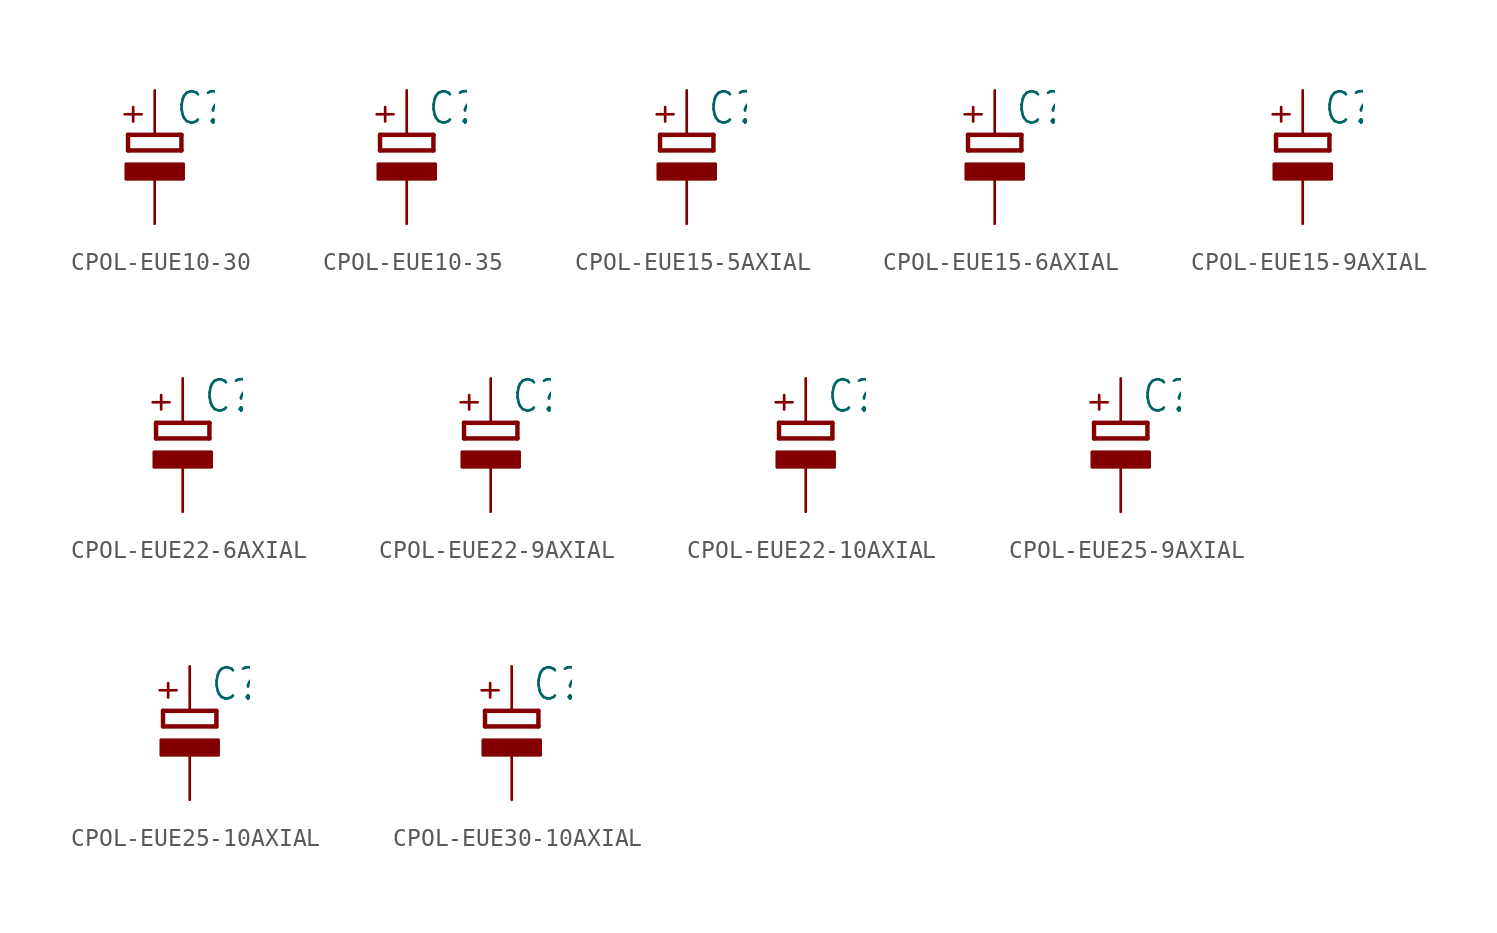
<source format=kicad_sym>
(kicad_symbol_lib
  (version 20231120)
  (generator "kicad_symbol_editor")
  (generator_version "8.0")
  (symbol "CPOL-EUE10-30"
    (property "Reference" "C"
      (at 1.143 0.483 0)
      (effects (font (size 1.778 1.511)) (justify left bottom)))
    (property "Value" ""
      (at 1.143 -4.597 0)
      (effects (font (size 1.778 1.511)) (justify left bottom)))
    (property "ki_locked" ""
      (at 0 0 0)
      (effects (font (size 1.27 1.27))))
    (symbol "CPOL-EUE10-30_1_0"
      (rectangle (start -1.651 -2.54) (end 1.651 -1.651) (stroke (width 0) (type default)) (fill (type outline)))
      (polyline (pts (xy -1.524 -0.889) (xy 1.524 -0.889)) (stroke (width 0.254) (type solid)) (fill (type none)))
      (polyline (pts (xy -1.524 0) (xy -1.524 -0.889)) (stroke (width 0.254) (type solid)) (fill (type none)))
      (polyline (pts (xy -1.524 0) (xy 1.524 0)) (stroke (width 0.254) (type solid)) (fill (type none)))
      (polyline (pts (xy 1.524 -0.889) (xy 1.524 0)) (stroke (width 0.254) (type solid)) (fill (type none)))
      (text "+" (at -0.584 0.406 900) (effects (font (size 1.27 1.079)) (justify left bottom)))
      (pin passive line (at 0 2.54 270) (length 2.54) (name "+" (effects (font (size 0 0)))) (number "+" (effects (font (size 0 0)))))
      (pin passive line (at 0 -5.08 90) (length 2.54) (name "-" (effects (font (size 0 0)))) (number "-" (effects (font (size 0 0)))))))
  (symbol "CPOL-EUE10-35"
    (property "Reference" "C"
      (at 1.143 0.483 0)
      (effects (font (size 1.778 1.511)) (justify left bottom)))
    (property "Value" ""
      (at 1.143 -4.597 0)
      (effects (font (size 1.778 1.511)) (justify left bottom)))
    (property "ki_locked" ""
      (at 0 0 0)
      (effects (font (size 1.27 1.27))))
    (symbol "CPOL-EUE10-35_1_0"
      (rectangle (start -1.651 -2.54) (end 1.651 -1.651) (stroke (width 0) (type default)) (fill (type outline)))
      (polyline (pts (xy -1.524 -0.889) (xy 1.524 -0.889)) (stroke (width 0.254) (type solid)) (fill (type none)))
      (polyline (pts (xy -1.524 0) (xy -1.524 -0.889)) (stroke (width 0.254) (type solid)) (fill (type none)))
      (polyline (pts (xy -1.524 0) (xy 1.524 0)) (stroke (width 0.254) (type solid)) (fill (type none)))
      (polyline (pts (xy 1.524 -0.889) (xy 1.524 0)) (stroke (width 0.254) (type solid)) (fill (type none)))
      (text "+" (at -0.584 0.406 900) (effects (font (size 1.27 1.079)) (justify left bottom)))
      (pin passive line (at 0 2.54 270) (length 2.54) (name "+" (effects (font (size 0 0)))) (number "+" (effects (font (size 0 0)))))
      (pin passive line (at 0 -5.08 90) (length 2.54) (name "-" (effects (font (size 0 0)))) (number "-" (effects (font (size 0 0)))))))
  (symbol "CPOL-EUE15-5AXIAL"
    (property "Reference" "C"
      (at 1.143 0.483 0)
      (effects (font (size 1.778 1.511)) (justify left bottom)))
    (property "Value" ""
      (at 1.143 -4.597 0)
      (effects (font (size 1.778 1.511)) (justify left bottom)))
    (property "ki_locked" ""
      (at 0 0 0)
      (effects (font (size 1.27 1.27))))
    (symbol "CPOL-EUE15-5AXIAL_1_0"
      (rectangle (start -1.651 -2.54) (end 1.651 -1.651) (stroke (width 0) (type default)) (fill (type outline)))
      (polyline (pts (xy -1.524 -0.889) (xy 1.524 -0.889)) (stroke (width 0.254) (type solid)) (fill (type none)))
      (polyline (pts (xy -1.524 0) (xy -1.524 -0.889)) (stroke (width 0.254) (type solid)) (fill (type none)))
      (polyline (pts (xy -1.524 0) (xy 1.524 0)) (stroke (width 0.254) (type solid)) (fill (type none)))
      (polyline (pts (xy 1.524 -0.889) (xy 1.524 0)) (stroke (width 0.254) (type solid)) (fill (type none)))
      (text "+" (at -0.584 0.406 900) (effects (font (size 1.27 1.079)) (justify left bottom)))
      (pin passive line (at 0 2.54 270) (length 2.54) (name "+" (effects (font (size 0 0)))) (number "+" (effects (font (size 0 0)))))
      (pin passive line (at 0 -5.08 90) (length 2.54) (name "-" (effects (font (size 0 0)))) (number "-" (effects (font (size 0 0)))))))
  (symbol "CPOL-EUE15-6AXIAL"
    (property "Reference" "C"
      (at 1.143 0.483 0)
      (effects (font (size 1.778 1.511)) (justify left bottom)))
    (property "Value" ""
      (at 1.143 -4.597 0)
      (effects (font (size 1.778 1.511)) (justify left bottom)))
    (property "ki_locked" ""
      (at 0 0 0)
      (effects (font (size 1.27 1.27))))
    (symbol "CPOL-EUE15-6AXIAL_1_0"
      (rectangle (start -1.651 -2.54) (end 1.651 -1.651) (stroke (width 0) (type default)) (fill (type outline)))
      (polyline (pts (xy -1.524 -0.889) (xy 1.524 -0.889)) (stroke (width 0.254) (type solid)) (fill (type none)))
      (polyline (pts (xy -1.524 0) (xy -1.524 -0.889)) (stroke (width 0.254) (type solid)) (fill (type none)))
      (polyline (pts (xy -1.524 0) (xy 1.524 0)) (stroke (width 0.254) (type solid)) (fill (type none)))
      (polyline (pts (xy 1.524 -0.889) (xy 1.524 0)) (stroke (width 0.254) (type solid)) (fill (type none)))
      (text "+" (at -0.584 0.406 900) (effects (font (size 1.27 1.079)) (justify left bottom)))
      (pin passive line (at 0 2.54 270) (length 2.54) (name "+" (effects (font (size 0 0)))) (number "+" (effects (font (size 0 0)))))
      (pin passive line (at 0 -5.08 90) (length 2.54) (name "-" (effects (font (size 0 0)))) (number "-" (effects (font (size 0 0)))))))
  (symbol "CPOL-EUE15-9AXIAL"
    (property "Reference" "C"
      (at 1.143 0.483 0)
      (effects (font (size 1.778 1.511)) (justify left bottom)))
    (property "Value" ""
      (at 1.143 -4.597 0)
      (effects (font (size 1.778 1.511)) (justify left bottom)))
    (property "ki_locked" ""
      (at 0 0 0)
      (effects (font (size 1.27 1.27))))
    (symbol "CPOL-EUE15-9AXIAL_1_0"
      (rectangle (start -1.651 -2.54) (end 1.651 -1.651) (stroke (width 0) (type default)) (fill (type outline)))
      (polyline (pts (xy -1.524 -0.889) (xy 1.524 -0.889)) (stroke (width 0.254) (type solid)) (fill (type none)))
      (polyline (pts (xy -1.524 0) (xy -1.524 -0.889)) (stroke (width 0.254) (type solid)) (fill (type none)))
      (polyline (pts (xy -1.524 0) (xy 1.524 0)) (stroke (width 0.254) (type solid)) (fill (type none)))
      (polyline (pts (xy 1.524 -0.889) (xy 1.524 0)) (stroke (width 0.254) (type solid)) (fill (type none)))
      (text "+" (at -0.584 0.406 900) (effects (font (size 1.27 1.079)) (justify left bottom)))
      (pin passive line (at 0 2.54 270) (length 2.54) (name "+" (effects (font (size 0 0)))) (number "+" (effects (font (size 0 0)))))
      (pin passive line (at 0 -5.08 90) (length 2.54) (name "-" (effects (font (size 0 0)))) (number "-" (effects (font (size 0 0)))))))
  (symbol "CPOL-EUE22-6AXIAL"
    (property "Reference" "C"
      (at 1.143 0.483 0)
      (effects (font (size 1.778 1.511)) (justify left bottom)))
    (property "Value" ""
      (at 1.143 -4.597 0)
      (effects (font (size 1.778 1.511)) (justify left bottom)))
    (property "ki_locked" ""
      (at 0 0 0)
      (effects (font (size 1.27 1.27))))
    (symbol "CPOL-EUE22-6AXIAL_1_0"
      (rectangle (start -1.651 -2.54) (end 1.651 -1.651) (stroke (width 0) (type default)) (fill (type outline)))
      (polyline (pts (xy -1.524 -0.889) (xy 1.524 -0.889)) (stroke (width 0.254) (type solid)) (fill (type none)))
      (polyline (pts (xy -1.524 0) (xy -1.524 -0.889)) (stroke (width 0.254) (type solid)) (fill (type none)))
      (polyline (pts (xy -1.524 0) (xy 1.524 0)) (stroke (width 0.254) (type solid)) (fill (type none)))
      (polyline (pts (xy 1.524 -0.889) (xy 1.524 0)) (stroke (width 0.254) (type solid)) (fill (type none)))
      (text "+" (at -0.584 0.406 900) (effects (font (size 1.27 1.079)) (justify left bottom)))
      (pin passive line (at 0 2.54 270) (length 2.54) (name "+" (effects (font (size 0 0)))) (number "+" (effects (font (size 0 0)))))
      (pin passive line (at 0 -5.08 90) (length 2.54) (name "-" (effects (font (size 0 0)))) (number "-" (effects (font (size 0 0)))))))
  (symbol "CPOL-EUE22-9AXIAL"
    (property "Reference" "C"
      (at 1.143 0.483 0)
      (effects (font (size 1.778 1.511)) (justify left bottom)))
    (property "Value" ""
      (at 1.143 -4.597 0)
      (effects (font (size 1.778 1.511)) (justify left bottom)))
    (property "ki_locked" ""
      (at 0 0 0)
      (effects (font (size 1.27 1.27))))
    (symbol "CPOL-EUE22-9AXIAL_1_0"
      (rectangle (start -1.651 -2.54) (end 1.651 -1.651) (stroke (width 0) (type default)) (fill (type outline)))
      (polyline (pts (xy -1.524 -0.889) (xy 1.524 -0.889)) (stroke (width 0.254) (type solid)) (fill (type none)))
      (polyline (pts (xy -1.524 0) (xy -1.524 -0.889)) (stroke (width 0.254) (type solid)) (fill (type none)))
      (polyline (pts (xy -1.524 0) (xy 1.524 0)) (stroke (width 0.254) (type solid)) (fill (type none)))
      (polyline (pts (xy 1.524 -0.889) (xy 1.524 0)) (stroke (width 0.254) (type solid)) (fill (type none)))
      (text "+" (at -0.584 0.406 900) (effects (font (size 1.27 1.079)) (justify left bottom)))
      (pin passive line (at 0 2.54 270) (length 2.54) (name "+" (effects (font (size 0 0)))) (number "+" (effects (font (size 0 0)))))
      (pin passive line (at 0 -5.08 90) (length 2.54) (name "-" (effects (font (size 0 0)))) (number "-" (effects (font (size 0 0)))))))
  (symbol "CPOL-EUE22-10AXIAL"
    (property "Reference" "C"
      (at 1.143 0.483 0)
      (effects (font (size 1.778 1.511)) (justify left bottom)))
    (property "Value" ""
      (at 1.143 -4.597 0)
      (effects (font (size 1.778 1.511)) (justify left bottom)))
    (property "ki_locked" ""
      (at 0 0 0)
      (effects (font (size 1.27 1.27))))
    (symbol "CPOL-EUE22-10AXIAL_1_0"
      (rectangle (start -1.651 -2.54) (end 1.651 -1.651) (stroke (width 0) (type default)) (fill (type outline)))
      (polyline (pts (xy -1.524 -0.889) (xy 1.524 -0.889)) (stroke (width 0.254) (type solid)) (fill (type none)))
      (polyline (pts (xy -1.524 0) (xy -1.524 -0.889)) (stroke (width 0.254) (type solid)) (fill (type none)))
      (polyline (pts (xy -1.524 0) (xy 1.524 0)) (stroke (width 0.254) (type solid)) (fill (type none)))
      (polyline (pts (xy 1.524 -0.889) (xy 1.524 0)) (stroke (width 0.254) (type solid)) (fill (type none)))
      (text "+" (at -0.584 0.406 900) (effects (font (size 1.27 1.079)) (justify left bottom)))
      (pin passive line (at 0 2.54 270) (length 2.54) (name "+" (effects (font (size 0 0)))) (number "+" (effects (font (size 0 0)))))
      (pin passive line (at 0 -5.08 90) (length 2.54) (name "-" (effects (font (size 0 0)))) (number "-" (effects (font (size 0 0)))))))
  (symbol "CPOL-EUE25-9AXIAL"
    (property "Reference" "C"
      (at 1.143 0.483 0)
      (effects (font (size 1.778 1.511)) (justify left bottom)))
    (property "Value" ""
      (at 1.143 -4.597 0)
      (effects (font (size 1.778 1.511)) (justify left bottom)))
    (property "ki_locked" ""
      (at 0 0 0)
      (effects (font (size 1.27 1.27))))
    (symbol "CPOL-EUE25-9AXIAL_1_0"
      (rectangle (start -1.651 -2.54) (end 1.651 -1.651) (stroke (width 0) (type default)) (fill (type outline)))
      (polyline (pts (xy -1.524 -0.889) (xy 1.524 -0.889)) (stroke (width 0.254) (type solid)) (fill (type none)))
      (polyline (pts (xy -1.524 0) (xy -1.524 -0.889)) (stroke (width 0.254) (type solid)) (fill (type none)))
      (polyline (pts (xy -1.524 0) (xy 1.524 0)) (stroke (width 0.254) (type solid)) (fill (type none)))
      (polyline (pts (xy 1.524 -0.889) (xy 1.524 0)) (stroke (width 0.254) (type solid)) (fill (type none)))
      (text "+" (at -0.584 0.406 900) (effects (font (size 1.27 1.079)) (justify left bottom)))
      (pin passive line (at 0 2.54 270) (length 2.54) (name "+" (effects (font (size 0 0)))) (number "+" (effects (font (size 0 0)))))
      (pin passive line (at 0 -5.08 90) (length 2.54) (name "-" (effects (font (size 0 0)))) (number "-" (effects (font (size 0 0)))))))
  (symbol "CPOL-EUE25-10AXIAL"
    (property "Reference" "C"
      (at 1.143 0.483 0)
      (effects (font (size 1.778 1.511)) (justify left bottom)))
    (property "Value" ""
      (at 1.143 -4.597 0)
      (effects (font (size 1.778 1.511)) (justify left bottom)))
    (property "ki_locked" ""
      (at 0 0 0)
      (effects (font (size 1.27 1.27))))
    (symbol "CPOL-EUE25-10AXIAL_1_0"
      (rectangle (start -1.651 -2.54) (end 1.651 -1.651) (stroke (width 0) (type default)) (fill (type outline)))
      (polyline (pts (xy -1.524 -0.889) (xy 1.524 -0.889)) (stroke (width 0.254) (type solid)) (fill (type none)))
      (polyline (pts (xy -1.524 0) (xy -1.524 -0.889)) (stroke (width 0.254) (type solid)) (fill (type none)))
      (polyline (pts (xy -1.524 0) (xy 1.524 0)) (stroke (width 0.254) (type solid)) (fill (type none)))
      (polyline (pts (xy 1.524 -0.889) (xy 1.524 0)) (stroke (width 0.254) (type solid)) (fill (type none)))
      (text "+" (at -0.584 0.406 900) (effects (font (size 1.27 1.079)) (justify left bottom)))
      (pin passive line (at 0 2.54 270) (length 2.54) (name "+" (effects (font (size 0 0)))) (number "+" (effects (font (size 0 0)))))
      (pin passive line (at 0 -5.08 90) (length 2.54) (name "-" (effects (font (size 0 0)))) (number "-" (effects (font (size 0 0)))))))
  (symbol "CPOL-EUE30-10AXIAL"
    (property "Reference" "C"
      (at 1.143 0.483 0)
      (effects (font (size 1.778 1.511)) (justify left bottom)))
    (property "Value" ""
      (at 1.143 -4.597 0)
      (effects (font (size 1.778 1.511)) (justify left bottom)))
    (property "ki_locked" ""
      (at 0 0 0)
      (effects (font (size 1.27 1.27))))
    (symbol "CPOL-EUE30-10AXIAL_1_0"
      (rectangle (start -1.651 -2.54) (end 1.651 -1.651) (stroke (width 0) (type default)) (fill (type outline)))
      (polyline (pts (xy -1.524 -0.889) (xy 1.524 -0.889)) (stroke (width 0.254) (type solid)) (fill (type none)))
      (polyline (pts (xy -1.524 0) (xy -1.524 -0.889)) (stroke (width 0.254) (type solid)) (fill (type none)))
      (polyline (pts (xy -1.524 0) (xy 1.524 0)) (stroke (width 0.254) (type solid)) (fill (type none)))
      (polyline (pts (xy 1.524 -0.889) (xy 1.524 0)) (stroke (width 0.254) (type solid)) (fill (type none)))
      (text "+" (at -0.584 0.406 900) (effects (font (size 1.27 1.079)) (justify left bottom)))
      (pin passive line (at 0 2.54 270) (length 2.54) (name "+" (effects (font (size 0 0)))) (number "+" (effects (font (size 0 0)))))
      (pin passive line (at 0 -5.08 90) (length 2.54) (name "-" (effects (font (size 0 0)))) (number "-" (effects (font (size 0 0))))))))
</source>
